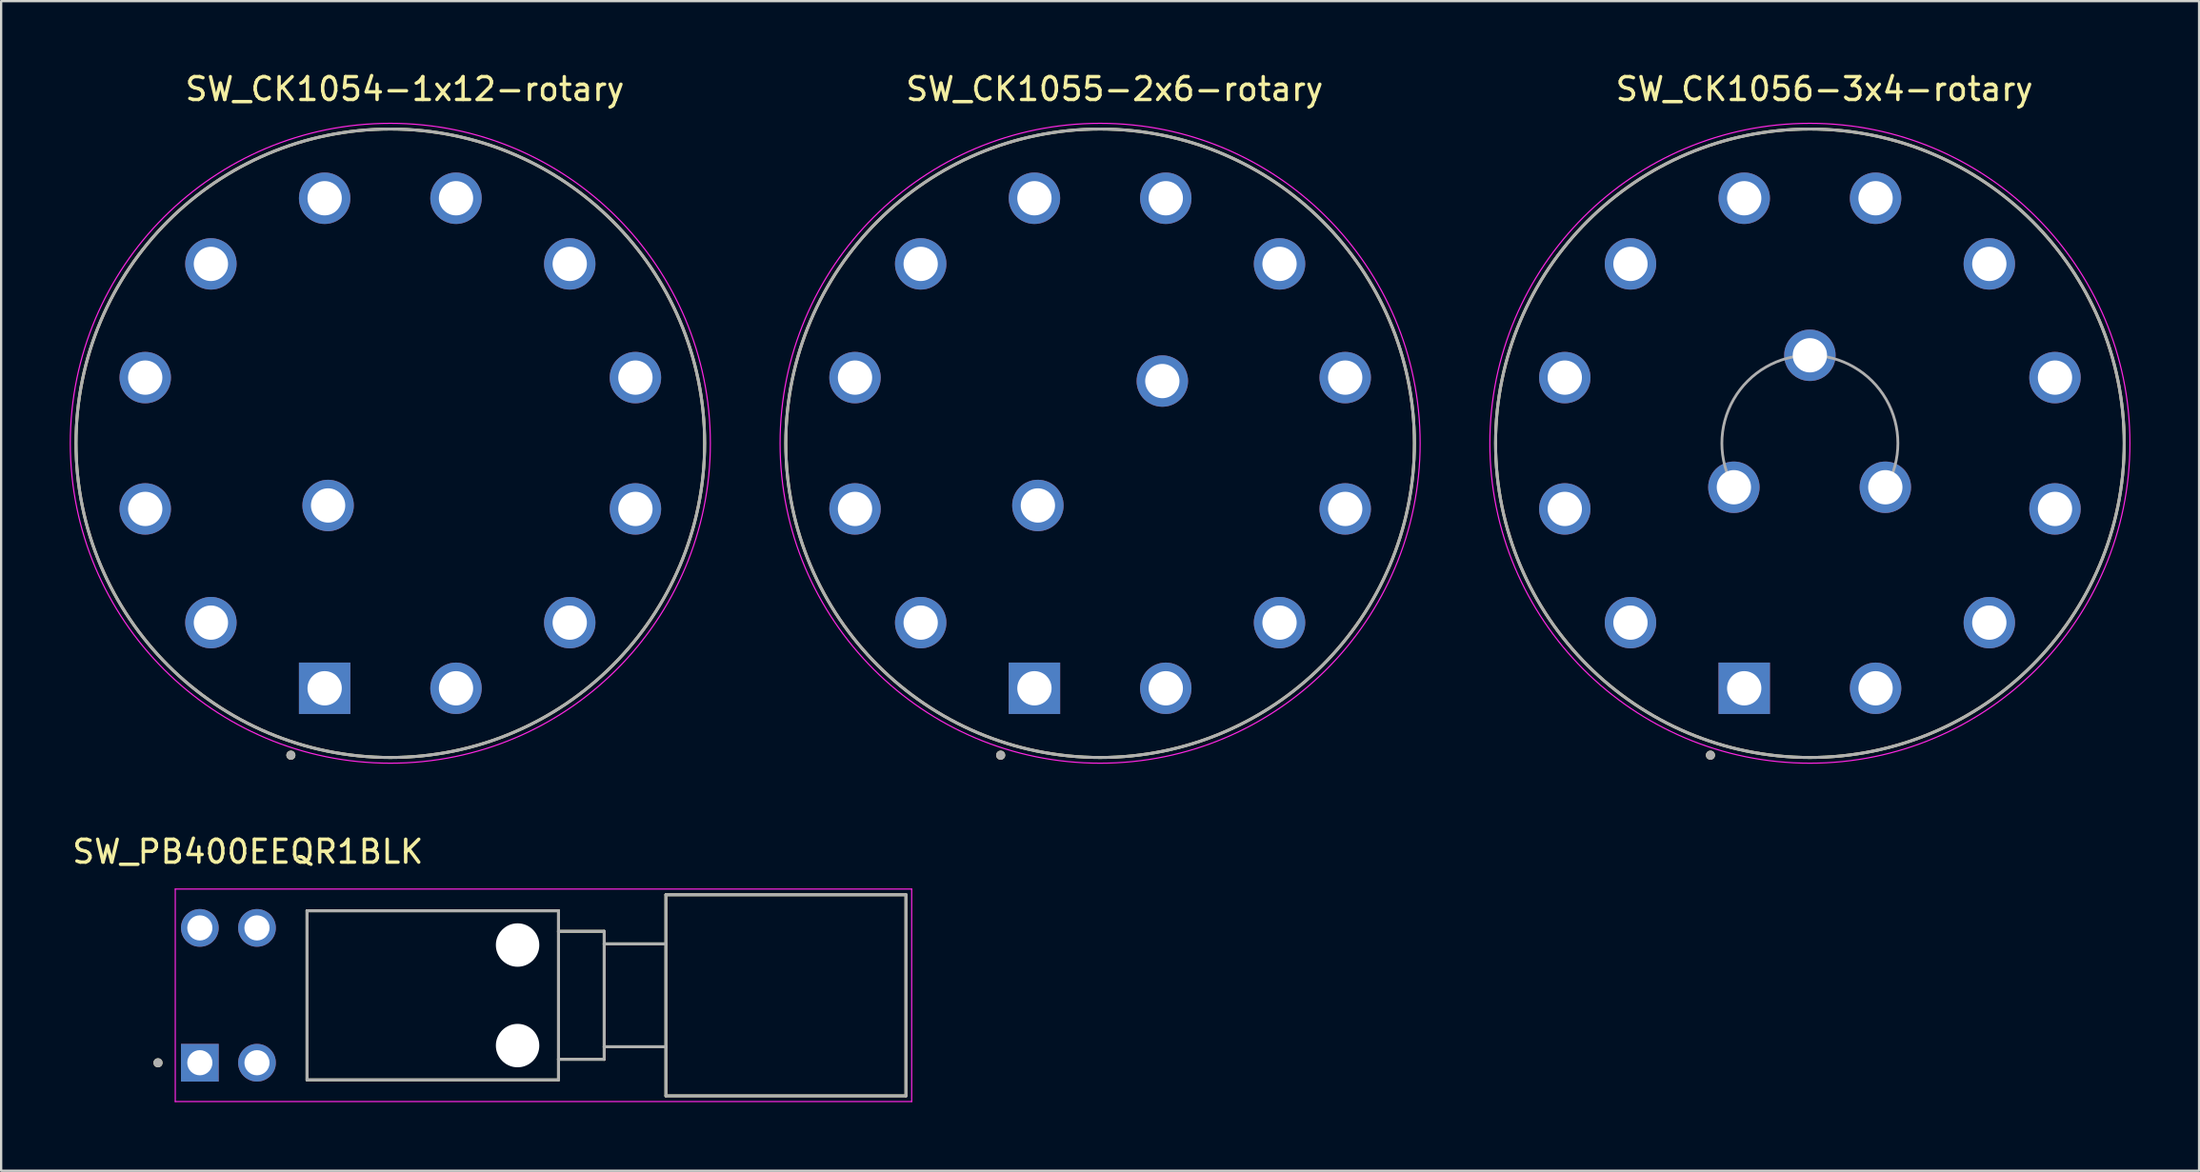
<source format=kicad_pcb>
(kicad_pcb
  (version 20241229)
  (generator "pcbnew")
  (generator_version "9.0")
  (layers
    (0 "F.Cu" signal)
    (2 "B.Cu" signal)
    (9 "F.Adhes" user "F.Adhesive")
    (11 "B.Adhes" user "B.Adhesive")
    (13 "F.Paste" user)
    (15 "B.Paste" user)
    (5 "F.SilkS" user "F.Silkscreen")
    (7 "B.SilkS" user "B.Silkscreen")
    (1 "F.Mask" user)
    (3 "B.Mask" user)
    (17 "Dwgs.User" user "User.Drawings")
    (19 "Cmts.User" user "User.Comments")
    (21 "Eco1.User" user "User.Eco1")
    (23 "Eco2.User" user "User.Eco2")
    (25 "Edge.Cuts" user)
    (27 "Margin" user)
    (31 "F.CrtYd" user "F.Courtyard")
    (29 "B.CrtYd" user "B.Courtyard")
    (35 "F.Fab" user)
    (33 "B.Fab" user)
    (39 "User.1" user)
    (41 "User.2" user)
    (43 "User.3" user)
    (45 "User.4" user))
  (footprint "SW_PB400EEQR1BLK"
    (layer "F.Cu")
    (at 6.942 40.505)
    (property "Reference" "SW_PB400EEQR1BLK" (at 0.85 -6.285 0) (layer "F.SilkS") (effects (font (size 1 1) (thickness 0.15))))
    (attr through_hole)
    (fp_line (start 3.44 -3.7) (end 3.44 3.7) (stroke (width 0.127) (type solid)) (layer "F.SilkS"))
    (fp_line (start 3.44 3.7) (end 14.44 3.7) (stroke (width 0.127) (type solid)) (layer "F.SilkS"))
    (fp_line (start 14.44 -3.7) (end 3.44 -3.7) (stroke (width 0.127) (type solid)) (layer "F.SilkS"))
    (fp_line (start 14.44 -2.8) (end 14.44 -3.7) (stroke (width 0.127) (type solid)) (layer "F.SilkS"))
    (fp_line (start 14.44 -2.8) (end 16.44 -2.8) (stroke (width 0.127) (type solid)) (layer "F.SilkS"))
    (fp_line (start 14.44 2.8) (end 14.44 -2.8) (stroke (width 0.127) (type solid)) (layer "F.SilkS"))
    (fp_line (start 14.44 3.7) (end 14.44 2.8) (stroke (width 0.127) (type solid)) (layer "F.SilkS"))
    (fp_line (start 16.44 -2.8) (end 16.44 -2.25) (stroke (width 0.127) (type solid)) (layer "F.SilkS"))
    (fp_line (start 16.44 -2.25) (end 16.44 2.25) (stroke (width 0.127) (type solid)) (layer "F.SilkS"))
    (fp_line (start 16.44 -2.25) (end 19.14 -2.25) (stroke (width 0.127) (type solid)) (layer "F.SilkS"))
    (fp_line (start 16.44 2.25) (end 16.44 2.8) (stroke (width 0.127) (type solid)) (layer "F.SilkS"))
    (fp_line (start 16.44 2.8) (end 14.44 2.8) (stroke (width 0.127) (type solid)) (layer "F.SilkS"))
    (fp_line (start 19.14 -4.4) (end 29.64 -4.4) (stroke (width 0.127) (type solid)) (layer "F.SilkS"))
    (fp_line (start 19.14 -2.25) (end 19.14 -4.4) (stroke (width 0.127) (type solid)) (layer "F.SilkS"))
    (fp_line (start 19.14 -2.25) (end 19.14 2.25) (stroke (width 0.127) (type solid)) (layer "F.SilkS"))
    (fp_line (start 19.14 2.25) (end 16.44 2.25) (stroke (width 0.127) (type solid)) (layer "F.SilkS"))
    (fp_line (start 19.14 4.4) (end 19.14 2.25) (stroke (width 0.127) (type solid)) (layer "F.SilkS"))
    (fp_line (start 29.64 -4.4) (end 29.64 4.4) (stroke (width 0.127) (type solid)) (layer "F.SilkS"))
    (fp_line (start 29.64 4.4) (end 19.14 4.4) (stroke (width 0.127) (type solid)) (layer "F.SilkS"))
    (fp_circle (center -3.08 2.953) (end -2.98 2.953) (stroke (width 0.2) (type solid)) (fill no) (layer "F.SilkS"))
    (fp_line (start -2.325 -4.65) (end -2.325 4.65) (stroke (width 0.05) (type solid)) (layer "F.CrtYd"))
    (fp_line (start -2.325 4.65) (end 29.89 4.65) (stroke (width 0.05) (type solid)) (layer "F.CrtYd"))
    (fp_line (start 29.89 -4.65) (end -2.325 -4.65) (stroke (width 0.05) (type solid)) (layer "F.CrtYd"))
    (fp_line (start 29.89 4.65) (end 29.89 -4.65) (stroke (width 0.05) (type solid)) (layer "F.CrtYd"))
    (fp_line (start 3.44 -3.7) (end 3.44 3.7) (stroke (width 0.127) (type solid)) (layer "F.Fab"))
    (fp_line (start 3.44 3.7) (end 14.44 3.7) (stroke (width 0.127) (type solid)) (layer "F.Fab"))
    (fp_line (start 14.44 -3.7) (end 3.44 -3.7) (stroke (width 0.127) (type solid)) (layer "F.Fab"))
    (fp_line (start 14.44 -2.8) (end 14.44 -3.7) (stroke (width 0.127) (type solid)) (layer "F.Fab"))
    (fp_line (start 14.44 -2.8) (end 16.44 -2.8) (stroke (width 0.127) (type solid)) (layer "F.Fab"))
    (fp_line (start 14.44 2.8) (end 14.44 -2.8) (stroke (width 0.127) (type solid)) (layer "F.Fab"))
    (fp_line (start 14.44 3.7) (end 14.44 2.8) (stroke (width 0.127) (type solid)) (layer "F.Fab"))
    (fp_line (start 16.44 -2.8) (end 16.44 -2.25) (stroke (width 0.127) (type solid)) (layer "F.Fab"))
    (fp_line (start 16.44 -2.25) (end 16.44 2.25) (stroke (width 0.127) (type solid)) (layer "F.Fab"))
    (fp_line (start 16.44 -2.25) (end 19.14 -2.25) (stroke (width 0.127) (type solid)) (layer "F.Fab"))
    (fp_line (start 16.44 2.25) (end 16.44 2.8) (stroke (width 0.127) (type solid)) (layer "F.Fab"))
    (fp_line (start 16.44 2.8) (end 14.44 2.8) (stroke (width 0.127) (type solid)) (layer "F.Fab"))
    (fp_line (start 19.14 -4.4) (end 29.64 -4.4) (stroke (width 0.127) (type solid)) (layer "F.Fab"))
    (fp_line (start 19.14 -2.25) (end 19.14 -4.4) (stroke (width 0.127) (type solid)) (layer "F.Fab"))
    (fp_line (start 19.14 -2.25) (end 19.14 2.25) (stroke (width 0.127) (type solid)) (layer "F.Fab"))
    (fp_line (start 19.14 2.25) (end 16.44 2.25) (stroke (width 0.127) (type solid)) (layer "F.Fab"))
    (fp_line (start 19.14 4.4) (end 19.14 2.25) (stroke (width 0.127) (type solid)) (layer "F.Fab"))
    (fp_line (start 29.64 -4.4) (end 29.64 4.4) (stroke (width 0.127) (type solid)) (layer "F.Fab"))
    (fp_line (start 29.64 4.4) (end 19.14 4.4) (stroke (width 0.127) (type solid)) (layer "F.Fab"))
    (fp_circle (center -3.08 2.953) (end -2.98 2.953) (stroke (width 0.2) (type solid)) (fill no) (layer "F.Fab"))
    (pad "" np_thru_hole circle (at 12.65 -2.2) (size 1.9 1.9) (drill 1.9) (layers "*.Cu" "*.Mask"))
    (pad "" np_thru_hole circle (at 12.65 2.2) (size 1.9 1.9) (drill 1.9) (layers "*.Cu" "*.Mask"))
    (pad "1" thru_hole rect (at -1.25 2.95) (size 1.65 1.65) (drill 1.1) (layers "*.Cu" "*.Mask"))
    (pad "2" thru_hole circle (at 1.25 2.95) (size 1.65 1.65) (drill 1.1) (layers "*.Cu" "*.Mask"))
    (pad "3" thru_hole circle (at -1.25 -2.95) (size 1.65 1.65) (drill 1.1) (layers "*.Cu" "*.Mask"))
    (pad "4" thru_hole circle (at 1.25 -2.95) (size 1.65 1.65) (drill 1.1) (layers "*.Cu" "*.Mask")))
  (footprint "SW_CK1054-1x12-rotary"
    (layer "F.Cu")
    (at 14.025 16.347)
    (property "Reference" "SW_CK1054-1x12-rotary" (at 0.635 -15.499 0) (layer "F.SilkS") (effects (font (size 1 1) (thickness 0.15))))
    (attr through_hole)
    (fp_circle (center -4.35 13.65) (end -4.25 13.65) (stroke (width 0.2) (type solid)) (fill no) (layer "F.SilkS"))
    (fp_circle (center 0 0) (end 13.75 0) (stroke (width 0.127) (type solid)) (fill no) (layer "F.SilkS"))
    (fp_circle (center 0 0) (end 14 0) (stroke (width 0.05) (type solid)) (fill no) (layer "F.CrtYd"))
    (fp_circle (center -4.35 13.65) (end -4.25 13.65) (stroke (width 0.2) (type solid)) (fill no) (layer "F.Fab"))
    (fp_circle (center 0 0) (end 13.75 0) (stroke (width 0.127) (type solid)) (fill no) (layer "F.Fab"))
    (pad "1" thru_hole rect (at -2.873 10.722) (size 2.25 2.25) (drill 1.5) (layers "*.Cu" "*.Mask"))
    (pad "2" thru_hole circle (at -7.849 7.849) (size 2.25 2.25) (drill 1.5) (layers "*.Cu" "*.Mask"))
    (pad "3" thru_hole circle (at -10.722 2.873) (size 2.25 2.25) (drill 1.5) (layers "*.Cu" "*.Mask"))
    (pad "4" thru_hole circle (at -10.722 -2.873) (size 2.25 2.25) (drill 1.5) (layers "*.Cu" "*.Mask"))
    (pad "5" thru_hole circle (at -7.849 -7.849) (size 2.25 2.25) (drill 1.5) (layers "*.Cu" "*.Mask"))
    (pad "6" thru_hole circle (at -2.873 -10.722) (size 2.25 2.25) (drill 1.5) (layers "*.Cu" "*.Mask"))
    (pad "7" thru_hole circle (at 2.873 -10.722) (size 2.25 2.25) (drill 1.5) (layers "*.Cu" "*.Mask"))
    (pad "8" thru_hole circle (at 7.849 -7.849) (size 2.25 2.25) (drill 1.5) (layers "*.Cu" "*.Mask"))
    (pad "9" thru_hole circle (at 10.722 -2.873) (size 2.25 2.25) (drill 1.5) (layers "*.Cu" "*.Mask"))
    (pad "10" thru_hole circle (at 10.722 2.873) (size 2.25 2.25) (drill 1.5) (layers "*.Cu" "*.Mask"))
    (pad "11" thru_hole circle (at 7.849 7.849) (size 2.25 2.25) (drill 1.5) (layers "*.Cu" "*.Mask"))
    (pad "12" thru_hole circle (at 2.873 10.722) (size 2.25 2.25) (drill 1.5) (layers "*.Cu" "*.Mask"))
    (pad "13" thru_hole circle (at -2.722 2.722) (size 2.25 2.25) (drill 1.5) (layers "*.Cu" "*.Mask")))
  (footprint "SW_CK1055-2x6-rotary"
    (layer "F.Cu")
    (at 45.075 16.347)
    (property "Reference" "SW_CK1055-2x6-rotary" (at 0.635 -15.499 0) (layer "F.SilkS") (effects (font (size 1 1) (thickness 0.15))))
    (attr through_hole)
    (fp_circle (center -4.35 13.65) (end -4.25 13.65) (stroke (width 0.2) (type solid)) (fill no) (layer "F.SilkS"))
    (fp_circle (center 0 0) (end 13.75 0) (stroke (width 0.127) (type solid)) (fill no) (layer "F.SilkS"))
    (fp_circle (center 0 0) (end 14 0) (stroke (width 0.05) (type solid)) (fill no) (layer "F.CrtYd"))
    (fp_circle (center -4.35 13.65) (end -4.25 13.65) (stroke (width 0.2) (type solid)) (fill no) (layer "F.Fab"))
    (fp_circle (center 0 0) (end 13.75 0) (stroke (width 0.127) (type solid)) (fill no) (layer "F.Fab"))
    (pad "1" thru_hole rect (at -2.873 10.722) (size 2.25 2.25) (drill 1.5) (layers "*.Cu" "*.Mask"))
    (pad "2" thru_hole circle (at -7.849 7.849) (size 2.25 2.25) (drill 1.5) (layers "*.Cu" "*.Mask"))
    (pad "3" thru_hole circle (at -10.722 2.873) (size 2.25 2.25) (drill 1.5) (layers "*.Cu" "*.Mask"))
    (pad "4" thru_hole circle (at -10.722 -2.873) (size 2.25 2.25) (drill 1.5) (layers "*.Cu" "*.Mask"))
    (pad "5" thru_hole circle (at -7.849 -7.849) (size 2.25 2.25) (drill 1.5) (layers "*.Cu" "*.Mask"))
    (pad "6" thru_hole circle (at -2.873 -10.722) (size 2.25 2.25) (drill 1.5) (layers "*.Cu" "*.Mask"))
    (pad "7" thru_hole circle (at 2.873 -10.722) (size 2.25 2.25) (drill 1.5) (layers "*.Cu" "*.Mask"))
    (pad "8" thru_hole circle (at 7.849 -7.849) (size 2.25 2.25) (drill 1.5) (layers "*.Cu" "*.Mask"))
    (pad "9" thru_hole circle (at 10.722 -2.873) (size 2.25 2.25) (drill 1.5) (layers "*.Cu" "*.Mask"))
    (pad "10" thru_hole circle (at 10.722 2.873) (size 2.25 2.25) (drill 1.5) (layers "*.Cu" "*.Mask"))
    (pad "11" thru_hole circle (at 7.849 7.849) (size 2.25 2.25) (drill 1.5) (layers "*.Cu" "*.Mask"))
    (pad "12" thru_hole circle (at 2.873 10.722) (size 2.25 2.25) (drill 1.5) (layers "*.Cu" "*.Mask"))
    (pad "13" thru_hole circle (at -2.722 2.722) (size 2.25 2.25) (drill 1.5) (layers "*.Cu" "*.Mask"))
    (pad "14" thru_hole circle (at 2.722 -2.722) (size 2.25 2.25) (drill 1.5) (layers "*.Cu" "*.Mask")))
  (footprint "SW_CK1056-3x4-rotary"
    (layer "F.Cu")
    (at 76.125 16.347)
    (property "Reference" "SW_CK1056-3x4-rotary" (at 0.635 -15.499 0) (layer "F.SilkS") (effects (font (size 1 1) (thickness 0.15))))
    (attr through_hole)
    (fp_circle (center -4.35 13.65) (end -4.25 13.65) (stroke (width 0.2) (type solid)) (fill no) (layer "F.SilkS"))
    (fp_circle (center 0 0) (end 13.75 0) (stroke (width 0.127) (type solid)) (fill no) (layer "F.SilkS"))
    (fp_circle (center 0 0) (end 14 0) (stroke (width 0.05) (type solid)) (fill no) (layer "F.CrtYd"))
    (fp_arc (start -3.333712 1.925842) (mid -3.334441 -1.924578) (end 0 -3.85) (stroke (width 0.12) (type default)) (layer "F.Fab"))
    (fp_arc (start 0 -3.85) (mid 3.334883 -1.923813) (end 3.332827 1.927373) (stroke (width 0.12) (type default)) (layer "F.Fab"))
    (fp_circle (center -4.35 13.65) (end -4.25 13.65) (stroke (width 0.2) (type solid)) (fill no) (layer "F.Fab"))
    (fp_circle (center 0 0) (end 13.75 0) (stroke (width 0.127) (type solid)) (fill no) (layer "F.Fab"))
    (pad "1" thru_hole rect (at -2.873 10.722) (size 2.25 2.25) (drill 1.5) (layers "*.Cu" "*.Mask"))
    (pad "2" thru_hole circle (at -7.849 7.849) (size 2.25 2.25) (drill 1.5) (layers "*.Cu" "*.Mask"))
    (pad "3" thru_hole circle (at -10.722 2.873) (size 2.25 2.25) (drill 1.5) (layers "*.Cu" "*.Mask"))
    (pad "4" thru_hole circle (at -10.722 -2.873) (size 2.25 2.25) (drill 1.5) (layers "*.Cu" "*.Mask"))
    (pad "5" thru_hole circle (at -7.849 -7.849) (size 2.25 2.25) (drill 1.5) (layers "*.Cu" "*.Mask"))
    (pad "6" thru_hole circle (at -2.873 -10.722) (size 2.25 2.25) (drill 1.5) (layers "*.Cu" "*.Mask"))
    (pad "7" thru_hole circle (at 2.873 -10.722) (size 2.25 2.25) (drill 1.5) (layers "*.Cu" "*.Mask"))
    (pad "8" thru_hole circle (at 7.849 -7.849) (size 2.25 2.25) (drill 1.5) (layers "*.Cu" "*.Mask"))
    (pad "9" thru_hole circle (at 10.722 -2.873) (size 2.25 2.25) (drill 1.5) (layers "*.Cu" "*.Mask"))
    (pad "10" thru_hole circle (at 10.722 2.873) (size 2.25 2.25) (drill 1.5) (layers "*.Cu" "*.Mask"))
    (pad "11" thru_hole circle (at 7.849 7.849) (size 2.25 2.25) (drill 1.5) (layers "*.Cu" "*.Mask"))
    (pad "12" thru_hole circle (at 2.873 10.722) (size 2.25 2.25) (drill 1.5) (layers "*.Cu" "*.Mask"))
    (pad "13" thru_hole circle (at -3.325 1.925) (size 2.25 2.25) (drill 1.5) (layers "*.Cu" "*.Mask"))
    (pad "14" thru_hole circle (at 0 -3.85) (size 2.25 2.25) (drill 1.5) (layers "*.Cu" "*.Mask"))
    (pad "15" thru_hole circle (at 3.3 1.925) (size 2.25 2.25) (drill 1.5) (layers "*.Cu" "*.Mask")))
  (gr_rect
    (start -3 -3)
    (end 93.15 48.181)
    (stroke (width 0.1) (type default))
    (fill no)
    (layer "Edge.Cuts")))
</source>
